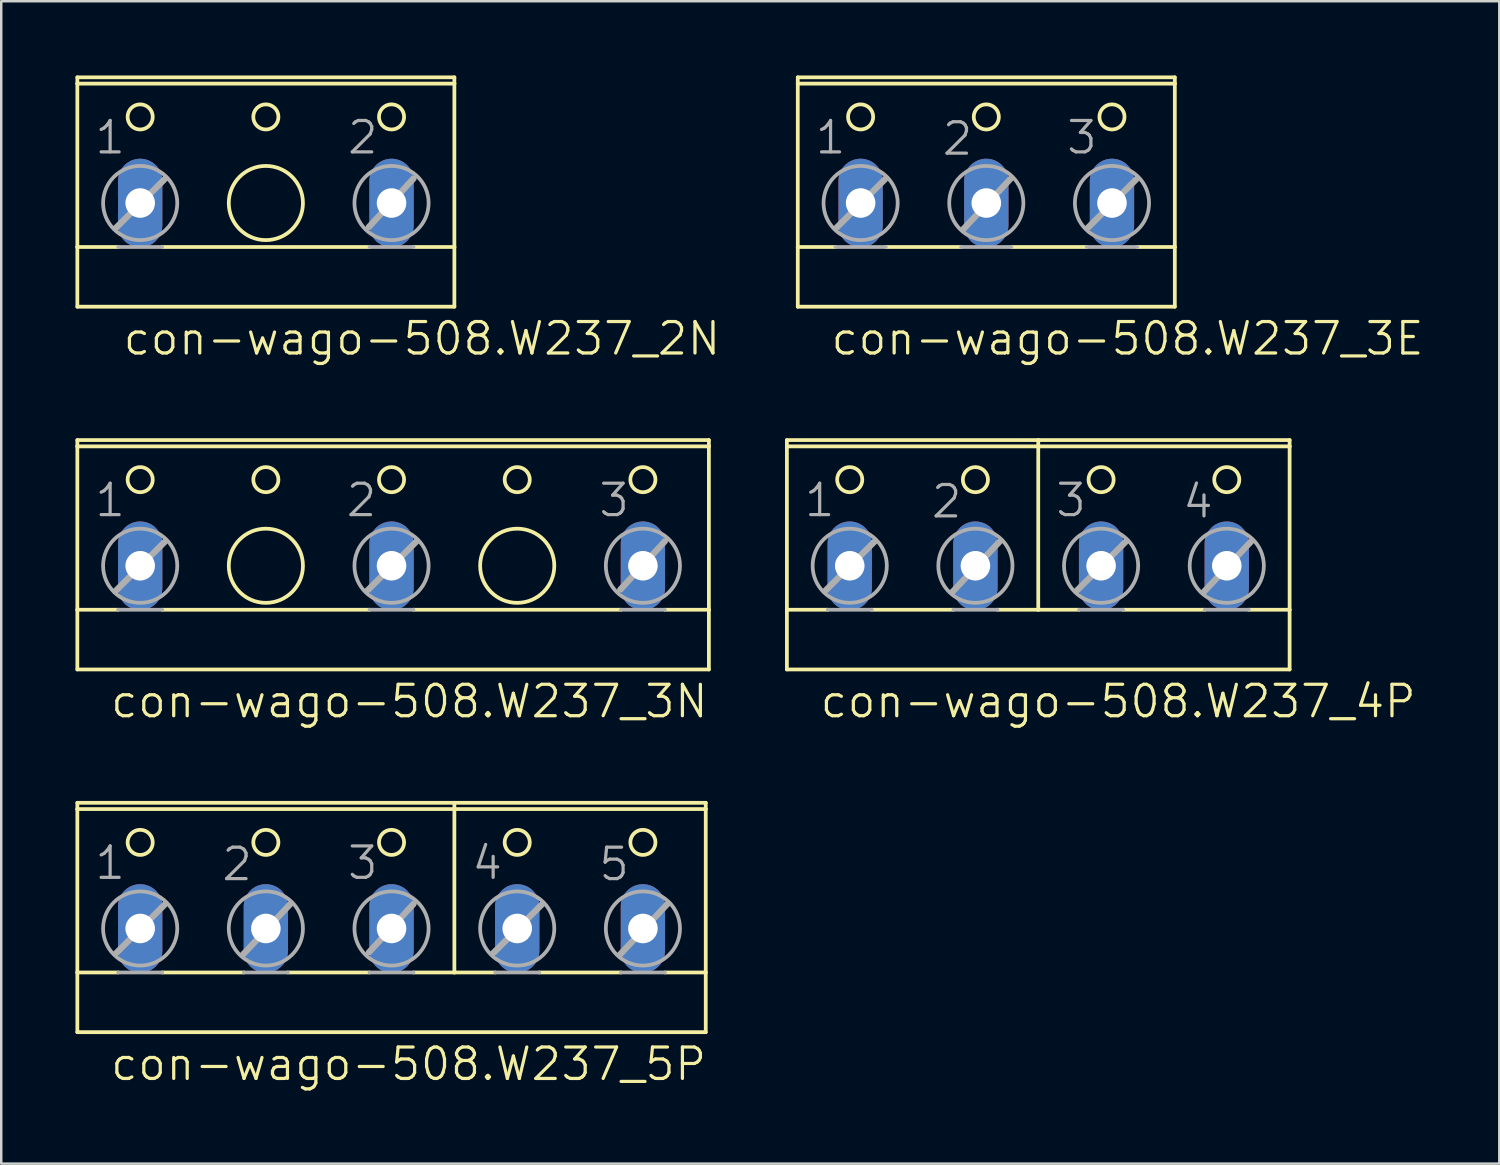
<source format=kicad_pcb>
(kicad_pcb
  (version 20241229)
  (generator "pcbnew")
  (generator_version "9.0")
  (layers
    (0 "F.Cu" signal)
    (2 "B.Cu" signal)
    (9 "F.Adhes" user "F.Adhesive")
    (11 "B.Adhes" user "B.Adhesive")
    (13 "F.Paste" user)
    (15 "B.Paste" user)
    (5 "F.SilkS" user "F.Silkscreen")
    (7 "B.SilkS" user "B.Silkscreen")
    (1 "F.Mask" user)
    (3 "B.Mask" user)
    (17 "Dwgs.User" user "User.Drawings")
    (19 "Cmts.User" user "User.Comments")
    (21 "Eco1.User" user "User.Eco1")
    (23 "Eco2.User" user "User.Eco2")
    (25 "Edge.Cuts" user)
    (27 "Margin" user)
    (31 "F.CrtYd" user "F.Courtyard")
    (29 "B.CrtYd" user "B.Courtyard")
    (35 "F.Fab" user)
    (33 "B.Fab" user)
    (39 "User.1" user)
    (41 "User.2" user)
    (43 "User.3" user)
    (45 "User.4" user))
  (footprint "con-wago-508.W237_2N"
    (layer "F.Cu")
    (at 7.696 4.521)
    (property "Reference" "con-wago-508.W237_2N" (at -5.842 6.858 0) (layer "F.SilkS") (effects (font (size 1.27 1.27) (thickness 0.13)) (justify left bottom)))
    (attr through_hole)
    (fp_line (start -7.62 -4.445) (end 7.62 -4.445) (stroke (width 0.152) (type default)) (layer "F.SilkS"))
    (fp_line (start -7.62 -4.191) (end -7.62 -4.445) (stroke (width 0.152) (type default)) (layer "F.SilkS"))
    (fp_line (start -7.62 2.413) (end -7.62 -4.191) (stroke (width 0.152) (type default)) (layer "F.SilkS"))
    (fp_line (start -7.62 2.413) (end -5.969 2.413) (stroke (width 0.152) (type default)) (layer "F.SilkS"))
    (fp_line (start -7.62 4.826) (end -7.62 2.413) (stroke (width 0.152) (type default)) (layer "F.SilkS"))
    (fp_line (start -7.62 4.826) (end 7.62 4.826) (stroke (width 0.152) (type default)) (layer "F.SilkS"))
    (fp_line (start -4.191 2.413) (end 4.191 2.413) (stroke (width 0.152) (type default)) (layer "F.SilkS"))
    (fp_line (start 5.969 2.413) (end 7.62 2.413) (stroke (width 0.152) (type default)) (layer "F.SilkS"))
    (fp_line (start 7.62 -4.191) (end -7.62 -4.191) (stroke (width 0.152) (type default)) (layer "F.SilkS"))
    (fp_line (start 7.62 -4.191) (end 7.62 -4.445) (stroke (width 0.152) (type default)) (layer "F.SilkS"))
    (fp_line (start 7.62 -4.191) (end 7.62 2.413) (stroke (width 0.152) (type default)) (layer "F.SilkS"))
    (fp_line (start 7.62 2.413) (end 7.62 4.826) (stroke (width 0.152) (type default)) (layer "F.SilkS"))
    (fp_circle (center -5.08 -2.845) (end -4.572 -2.845) (stroke (width 0.152) (type default)) (fill no) (layer "F.SilkS"))
    (fp_circle (center 0 -2.845) (end 0.508 -2.845) (stroke (width 0.152) (type default)) (fill no) (layer "F.SilkS"))
    (fp_circle (center 0 0.635) (end 1.499 0.635) (stroke (width 0.152) (type default)) (fill no) (layer "F.SilkS"))
    (fp_circle (center 5.08 -2.845) (end 5.588 -2.845) (stroke (width 0.152) (type default)) (fill no) (layer "F.SilkS"))
    (fp_line (start -6.071 1.651) (end -4.064 -0.356) (stroke (width 0.254) (type default)) (layer "F.Fab"))
    (fp_line (start -5.969 2.413) (end -4.191 2.413) (stroke (width 0.152) (type default)) (layer "F.Fab"))
    (fp_line (start 4.166 1.6) (end 5.969 -0.356) (stroke (width 0.254) (type default)) (layer "F.Fab"))
    (fp_line (start 4.191 2.413) (end 5.969 2.413) (stroke (width 0.152) (type default)) (layer "F.Fab"))
    (fp_circle (center -5.08 0.635) (end -3.581 0.635) (stroke (width 0.152) (type default)) (fill no) (layer "F.Fab"))
    (fp_circle (center 5.08 0.635) (end 6.579 0.635) (stroke (width 0.152) (type default)) (fill no) (layer "F.Fab"))
    (fp_text user "2" (at 3.226 -1.27 0) (layer "F.Fab") (effects (font (size 1.27 1.27) (thickness 0.13)) (justify left bottom)))
    (fp_text user "1" (at -6.985 -1.27 0) (layer "F.Fab") (effects (font (size 1.27 1.27) (thickness 0.13)) (justify left bottom)))
    (pad "1" thru_hole oval (at -5.08 0.635 90) (size 3.581 1.791) (drill 1.194) (layers "*.Cu" "*.Mask"))
    (pad "2" thru_hole oval (at 5.08 0.635 90) (size 3.581 1.791) (drill 1.194) (layers "*.Cu" "*.Mask")))
  (footprint "con-wago-508.W237_5P"
    (layer "F.Cu")
    (at 12.776 33.844)
    (property "Reference" "con-wago-508.W237_5P" (at -11.43 6.858 0) (layer "F.SilkS") (effects (font (size 1.27 1.27) (thickness 0.13)) (justify left bottom)))
    (attr through_hole)
    (fp_line (start -12.7 -4.191) (end -12.7 -4.445) (stroke (width 0.152) (type default)) (layer "F.SilkS"))
    (fp_line (start -12.7 -4.191) (end 12.7 -4.191) (stroke (width 0.152) (type default)) (layer "F.SilkS"))
    (fp_line (start -12.7 2.413) (end -12.7 -4.191) (stroke (width 0.152) (type default)) (layer "F.SilkS"))
    (fp_line (start -12.7 2.413) (end -11.049 2.413) (stroke (width 0.152) (type default)) (layer "F.SilkS"))
    (fp_line (start -12.7 4.826) (end -12.7 2.413) (stroke (width 0.152) (type default)) (layer "F.SilkS"))
    (fp_line (start -12.7 4.826) (end 12.7 4.826) (stroke (width 0.152) (type default)) (layer "F.SilkS"))
    (fp_line (start -9.271 2.413) (end -5.969 2.413) (stroke (width 0.152) (type default)) (layer "F.SilkS"))
    (fp_line (start -4.191 2.413) (end -0.889 2.413) (stroke (width 0.152) (type default)) (layer "F.SilkS"))
    (fp_line (start 0.889 2.413) (end 2.54 2.413) (stroke (width 0.152) (type default)) (layer "F.SilkS"))
    (fp_line (start 2.54 -4.445) (end -12.7 -4.445) (stroke (width 0.152) (type default)) (layer "F.SilkS"))
    (fp_line (start 2.54 -4.445) (end 2.54 2.413) (stroke (width 0.152) (type default)) (layer "F.SilkS"))
    (fp_line (start 2.54 2.413) (end 4.191 2.413) (stroke (width 0.152) (type default)) (layer "F.SilkS"))
    (fp_line (start 5.969 2.413) (end 9.271 2.413) (stroke (width 0.152) (type default)) (layer "F.SilkS"))
    (fp_line (start 11.049 2.413) (end 12.7 2.413) (stroke (width 0.152) (type default)) (layer "F.SilkS"))
    (fp_line (start 12.7 -4.445) (end 2.54 -4.445) (stroke (width 0.152) (type default)) (layer "F.SilkS"))
    (fp_line (start 12.7 -4.445) (end 12.7 -4.191) (stroke (width 0.152) (type default)) (layer "F.SilkS"))
    (fp_line (start 12.7 -4.191) (end 12.7 2.413) (stroke (width 0.152) (type default)) (layer "F.SilkS"))
    (fp_line (start 12.7 2.413) (end 12.7 4.826) (stroke (width 0.152) (type default)) (layer "F.SilkS"))
    (fp_circle (center -10.16 -2.845) (end -9.652 -2.845) (stroke (width 0.152) (type default)) (fill no) (layer "F.SilkS"))
    (fp_circle (center -5.08 -2.845) (end -4.572 -2.845) (stroke (width 0.152) (type default)) (fill no) (layer "F.SilkS"))
    (fp_circle (center 0 -2.845) (end 0.508 -2.845) (stroke (width 0.152) (type default)) (fill no) (layer "F.SilkS"))
    (fp_circle (center 5.08 -2.845) (end 5.588 -2.845) (stroke (width 0.152) (type default)) (fill no) (layer "F.SilkS"))
    (fp_circle (center 10.16 -2.845) (end 10.668 -2.845) (stroke (width 0.152) (type default)) (fill no) (layer "F.SilkS"))
    (fp_line (start -11.151 1.651) (end -9.144 -0.356) (stroke (width 0.254) (type default)) (layer "F.Fab"))
    (fp_line (start -11.049 2.413) (end -9.271 2.413) (stroke (width 0.152) (type default)) (layer "F.Fab"))
    (fp_line (start -5.994 1.676) (end -4.089 -0.356) (stroke (width 0.254) (type default)) (layer "F.Fab"))
    (fp_line (start -5.969 2.413) (end -4.191 2.413) (stroke (width 0.152) (type default)) (layer "F.Fab"))
    (fp_line (start -0.914 1.6) (end 0.889 -0.356) (stroke (width 0.254) (type default)) (layer "F.Fab"))
    (fp_line (start -0.889 2.413) (end 0.889 2.413) (stroke (width 0.152) (type default)) (layer "F.Fab"))
    (fp_line (start 4.089 1.651) (end 6.096 -0.356) (stroke (width 0.254) (type default)) (layer "F.Fab"))
    (fp_line (start 4.191 2.413) (end 5.969 2.413) (stroke (width 0.152) (type default)) (layer "F.Fab"))
    (fp_line (start 9.246 1.676) (end 11.151 -0.356) (stroke (width 0.254) (type default)) (layer "F.Fab"))
    (fp_line (start 9.271 2.413) (end 11.049 2.413) (stroke (width 0.152) (type default)) (layer "F.Fab"))
    (fp_circle (center -10.16 0.635) (end -8.661 0.635) (stroke (width 0.152) (type default)) (fill no) (layer "F.Fab"))
    (fp_circle (center -5.08 0.635) (end -3.581 0.635) (stroke (width 0.152) (type default)) (fill no) (layer "F.Fab"))
    (fp_circle (center 0 0.635) (end 1.499 0.635) (stroke (width 0.152) (type default)) (fill no) (layer "F.Fab"))
    (fp_circle (center 5.08 0.635) (end 6.579 0.635) (stroke (width 0.152) (type default)) (fill no) (layer "F.Fab"))
    (fp_circle (center 10.16 0.635) (end 11.659 0.635) (stroke (width 0.152) (type default)) (fill no) (layer "F.Fab"))
    (fp_text user "3" (at -1.854 -1.27 0) (layer "F.Fab") (effects (font (size 1.27 1.27) (thickness 0.13)) (justify left bottom)))
    (fp_text user "1" (at -12.065 -1.27 0) (layer "F.Fab") (effects (font (size 1.27 1.27) (thickness 0.13)) (justify left bottom)))
    (fp_text user "5" (at 8.306 -1.219 0) (layer "F.Fab") (effects (font (size 1.27 1.27) (thickness 0.13)) (justify left bottom)))
    (fp_text user "4" (at 3.175 -1.27 0) (layer "F.Fab") (effects (font (size 1.27 1.27) (thickness 0.13)) (justify left bottom)))
    (fp_text user "2" (at -6.934 -1.219 0) (layer "F.Fab") (effects (font (size 1.27 1.27) (thickness 0.13)) (justify left bottom)))
    (pad "1" thru_hole oval (at -10.16 0.635 90) (size 3.581 1.791) (drill 1.194) (layers "*.Cu" "*.Mask"))
    (pad "2" thru_hole oval (at -5.08 0.635 90) (size 3.581 1.791) (drill 1.194) (layers "*.Cu" "*.Mask"))
    (pad "3" thru_hole oval (at 0 0.635 90) (size 3.581 1.791) (drill 1.194) (layers "*.Cu" "*.Mask"))
    (pad "4" thru_hole oval (at 5.08 0.635 90) (size 3.581 1.791) (drill 1.194) (layers "*.Cu" "*.Mask"))
    (pad "5" thru_hole oval (at 10.16 0.635 90) (size 3.581 1.791) (drill 1.194) (layers "*.Cu" "*.Mask")))
  (footprint "con-wago-508.W237_3E"
    (layer "F.Cu")
    (at 36.816 4.521)
    (property "Reference" "con-wago-508.W237_3E" (at -6.35 6.858 0) (layer "F.SilkS") (effects (font (size 1.27 1.27) (thickness 0.13)) (justify left bottom)))
    (attr through_hole)
    (fp_line (start -7.62 -4.191) (end -7.62 -4.445) (stroke (width 0.152) (type default)) (layer "F.SilkS"))
    (fp_line (start -7.62 -4.191) (end 7.62 -4.191) (stroke (width 0.152) (type default)) (layer "F.SilkS"))
    (fp_line (start -7.62 2.413) (end -7.62 -4.191) (stroke (width 0.152) (type default)) (layer "F.SilkS"))
    (fp_line (start -7.62 2.413) (end -6.096 2.413) (stroke (width 0.152) (type default)) (layer "F.SilkS"))
    (fp_line (start -7.62 4.826) (end -7.62 2.413) (stroke (width 0.152) (type default)) (layer "F.SilkS"))
    (fp_line (start -7.62 4.826) (end 7.62 4.826) (stroke (width 0.152) (type default)) (layer "F.SilkS"))
    (fp_line (start -4.064 2.413) (end -1.016 2.413) (stroke (width 0.152) (type default)) (layer "F.SilkS"))
    (fp_line (start 1.016 2.413) (end 4.064 2.413) (stroke (width 0.152) (type default)) (layer "F.SilkS"))
    (fp_line (start 6.096 2.413) (end 7.62 2.413) (stroke (width 0.152) (type default)) (layer "F.SilkS"))
    (fp_line (start 7.62 -4.445) (end -7.62 -4.445) (stroke (width 0.152) (type default)) (layer "F.SilkS"))
    (fp_line (start 7.62 -4.445) (end 7.62 -4.191) (stroke (width 0.152) (type default)) (layer "F.SilkS"))
    (fp_line (start 7.62 -4.191) (end 7.62 2.413) (stroke (width 0.152) (type default)) (layer "F.SilkS"))
    (fp_line (start 7.62 2.413) (end 7.62 4.826) (stroke (width 0.152) (type default)) (layer "F.SilkS"))
    (fp_circle (center -5.08 -2.845) (end -4.572 -2.845) (stroke (width 0.152) (type default)) (fill no) (layer "F.SilkS"))
    (fp_circle (center 0 -2.845) (end 0.508 -2.845) (stroke (width 0.152) (type default)) (fill no) (layer "F.SilkS"))
    (fp_circle (center 5.08 -2.845) (end 5.588 -2.845) (stroke (width 0.152) (type default)) (fill no) (layer "F.SilkS"))
    (fp_line (start -6.096 2.413) (end -4.064 2.413) (stroke (width 0.152) (type default)) (layer "F.Fab"))
    (fp_line (start -6.071 1.651) (end -4.064 -0.356) (stroke (width 0.254) (type default)) (layer "F.Fab"))
    (fp_line (start -1.016 2.413) (end 1.016 2.413) (stroke (width 0.152) (type default)) (layer "F.Fab"))
    (fp_line (start -0.914 1.676) (end 0.991 -0.356) (stroke (width 0.254) (type default)) (layer "F.Fab"))
    (fp_line (start 4.064 2.413) (end 6.096 2.413) (stroke (width 0.152) (type default)) (layer "F.Fab"))
    (fp_line (start 4.089 1.651) (end 6.096 -0.356) (stroke (width 0.254) (type default)) (layer "F.Fab"))
    (fp_circle (center -5.08 0.635) (end -3.581 0.635) (stroke (width 0.152) (type default)) (fill no) (layer "F.Fab"))
    (fp_circle (center 0 0.635) (end 1.499 0.635) (stroke (width 0.152) (type default)) (fill no) (layer "F.Fab"))
    (fp_circle (center 5.08 0.635) (end 6.579 0.635) (stroke (width 0.152) (type default)) (fill no) (layer "F.Fab"))
    (fp_text user "3" (at 3.175 -1.27 0) (layer "F.Fab") (effects (font (size 1.27 1.27) (thickness 0.13)) (justify left bottom)))
    (fp_text user "1" (at -6.985 -1.27 0) (layer "F.Fab") (effects (font (size 1.27 1.27) (thickness 0.13)) (justify left bottom)))
    (fp_text user "2" (at -1.854 -1.219 0) (layer "F.Fab") (effects (font (size 1.27 1.27) (thickness 0.13)) (justify left bottom)))
    (pad "1" thru_hole oval (at -5.08 0.635 90) (size 3.581 1.791) (drill 1.194) (layers "*.Cu" "*.Mask"))
    (pad "2" thru_hole oval (at 0 0.635 90) (size 3.581 1.791) (drill 1.194) (layers "*.Cu" "*.Mask"))
    (pad "3" thru_hole oval (at 5.08 0.635 90) (size 3.581 1.791) (drill 1.194) (layers "*.Cu" "*.Mask")))
  (footprint "con-wago-508.W237_3N"
    (layer "F.Cu")
    (at 12.776 19.183)
    (property "Reference" "con-wago-508.W237_3N" (at -11.43 6.858 0) (layer "F.SilkS") (effects (font (size 1.27 1.27) (thickness 0.13)) (justify left bottom)))
    (attr through_hole)
    (fp_line (start -12.7 -4.445) (end 12.827 -4.445) (stroke (width 0.152) (type default)) (layer "F.SilkS"))
    (fp_line (start -12.7 -4.191) (end -12.7 -4.445) (stroke (width 0.152) (type default)) (layer "F.SilkS"))
    (fp_line (start -12.7 2.413) (end -12.7 -4.191) (stroke (width 0.152) (type default)) (layer "F.SilkS"))
    (fp_line (start -12.7 2.413) (end -11.049 2.413) (stroke (width 0.152) (type default)) (layer "F.SilkS"))
    (fp_line (start -12.7 4.826) (end -12.7 2.413) (stroke (width 0.152) (type default)) (layer "F.SilkS"))
    (fp_line (start -12.7 4.826) (end 12.827 4.826) (stroke (width 0.152) (type default)) (layer "F.SilkS"))
    (fp_line (start -9.271 2.413) (end -0.889 2.413) (stroke (width 0.152) (type default)) (layer "F.SilkS"))
    (fp_line (start 0.889 2.413) (end 9.271 2.413) (stroke (width 0.152) (type default)) (layer "F.SilkS"))
    (fp_line (start 11.049 2.413) (end 12.827 2.413) (stroke (width 0.152) (type default)) (layer "F.SilkS"))
    (fp_line (start 12.827 -4.191) (end -12.7 -4.191) (stroke (width 0.152) (type default)) (layer "F.SilkS"))
    (fp_line (start 12.827 -4.191) (end 12.827 -4.445) (stroke (width 0.152) (type default)) (layer "F.SilkS"))
    (fp_line (start 12.827 -4.191) (end 12.827 2.413) (stroke (width 0.152) (type default)) (layer "F.SilkS"))
    (fp_line (start 12.827 2.413) (end 12.827 4.826) (stroke (width 0.152) (type default)) (layer "F.SilkS"))
    (fp_circle (center -10.16 -2.845) (end -9.652 -2.845) (stroke (width 0.152) (type default)) (fill no) (layer "F.SilkS"))
    (fp_circle (center -5.08 -2.845) (end -4.572 -2.845) (stroke (width 0.152) (type default)) (fill no) (layer "F.SilkS"))
    (fp_circle (center -5.08 0.635) (end -3.581 0.635) (stroke (width 0.152) (type default)) (fill no) (layer "F.SilkS"))
    (fp_circle (center 0 -2.845) (end 0.508 -2.845) (stroke (width 0.152) (type default)) (fill no) (layer "F.SilkS"))
    (fp_circle (center 5.08 -2.845) (end 5.588 -2.845) (stroke (width 0.152) (type default)) (fill no) (layer "F.SilkS"))
    (fp_circle (center 5.08 0.635) (end 6.579 0.635) (stroke (width 0.152) (type default)) (fill no) (layer "F.SilkS"))
    (fp_circle (center 10.16 -2.845) (end 10.668 -2.845) (stroke (width 0.152) (type default)) (fill no) (layer "F.SilkS"))
    (fp_line (start -11.151 1.651) (end -9.144 -0.356) (stroke (width 0.254) (type default)) (layer "F.Fab"))
    (fp_line (start -11.049 2.413) (end -9.271 2.413) (stroke (width 0.152) (type default)) (layer "F.Fab"))
    (fp_line (start -0.991 1.651) (end 1.016 -0.356) (stroke (width 0.254) (type default)) (layer "F.Fab"))
    (fp_line (start -0.889 2.413) (end 0.889 2.413) (stroke (width 0.152) (type default)) (layer "F.Fab"))
    (fp_line (start 9.246 1.6) (end 11.049 -0.356) (stroke (width 0.254) (type default)) (layer "F.Fab"))
    (fp_line (start 9.271 2.413) (end 11.049 2.413) (stroke (width 0.152) (type default)) (layer "F.Fab"))
    (fp_circle (center -10.16 0.635) (end -8.661 0.635) (stroke (width 0.152) (type default)) (fill no) (layer "F.Fab"))
    (fp_circle (center 0 0.635) (end 1.499 0.635) (stroke (width 0.152) (type default)) (fill no) (layer "F.Fab"))
    (fp_circle (center 10.16 0.635) (end 11.659 0.635) (stroke (width 0.152) (type default)) (fill no) (layer "F.Fab"))
    (fp_text user "3" (at 8.306 -1.27 0) (layer "F.Fab") (effects (font (size 1.27 1.27) (thickness 0.13)) (justify left bottom)))
    (fp_text user "2" (at -1.905 -1.27 0) (layer "F.Fab") (effects (font (size 1.27 1.27) (thickness 0.13)) (justify left bottom)))
    (fp_text user "1" (at -12.065 -1.27 0) (layer "F.Fab") (effects (font (size 1.27 1.27) (thickness 0.13)) (justify left bottom)))
    (pad "1" thru_hole oval (at -10.16 0.635 90) (size 3.581 1.791) (drill 1.194) (layers "*.Cu" "*.Mask"))
    (pad "2" thru_hole oval (at 0 0.635 90) (size 3.581 1.791) (drill 1.194) (layers "*.Cu" "*.Mask"))
    (pad "3" thru_hole oval (at 10.16 0.635 90) (size 3.581 1.791) (drill 1.194) (layers "*.Cu" "*.Mask")))
  (footprint "con-wago-508.W237_4P"
    (layer "F.Cu")
    (at 38.916 19.183)
    (property "Reference" "con-wago-508.W237_4P" (at -8.89 6.858 0) (layer "F.SilkS") (effects (font (size 1.27 1.27) (thickness 0.13)) (justify left bottom)))
    (attr through_hole)
    (fp_line (start -10.16 -4.191) (end -10.16 -4.445) (stroke (width 0.152) (type default)) (layer "F.SilkS"))
    (fp_line (start -10.16 -4.191) (end 10.16 -4.191) (stroke (width 0.152) (type default)) (layer "F.SilkS"))
    (fp_line (start -10.16 2.413) (end -10.16 -4.191) (stroke (width 0.152) (type default)) (layer "F.SilkS"))
    (fp_line (start -10.16 2.413) (end -8.509 2.413) (stroke (width 0.152) (type default)) (layer "F.SilkS"))
    (fp_line (start -10.16 4.826) (end -10.16 2.413) (stroke (width 0.152) (type default)) (layer "F.SilkS"))
    (fp_line (start -10.16 4.826) (end 10.16 4.826) (stroke (width 0.152) (type default)) (layer "F.SilkS"))
    (fp_line (start -6.731 2.413) (end -3.429 2.413) (stroke (width 0.152) (type default)) (layer "F.SilkS"))
    (fp_line (start -1.651 2.413) (end 0 2.413) (stroke (width 0.152) (type default)) (layer "F.SilkS"))
    (fp_line (start 0 -4.445) (end -10.16 -4.445) (stroke (width 0.152) (type default)) (layer "F.SilkS"))
    (fp_line (start 0 -4.445) (end 0 2.413) (stroke (width 0.152) (type default)) (layer "F.SilkS"))
    (fp_line (start 0 2.413) (end 1.651 2.413) (stroke (width 0.152) (type default)) (layer "F.SilkS"))
    (fp_line (start 3.429 2.413) (end 6.731 2.413) (stroke (width 0.152) (type default)) (layer "F.SilkS"))
    (fp_line (start 8.509 2.413) (end 10.16 2.413) (stroke (width 0.152) (type default)) (layer "F.SilkS"))
    (fp_line (start 10.16 -4.445) (end 0 -4.445) (stroke (width 0.152) (type default)) (layer "F.SilkS"))
    (fp_line (start 10.16 -4.445) (end 10.16 -4.191) (stroke (width 0.152) (type default)) (layer "F.SilkS"))
    (fp_line (start 10.16 -4.191) (end 10.16 2.413) (stroke (width 0.152) (type default)) (layer "F.SilkS"))
    (fp_line (start 10.16 2.413) (end 10.16 4.826) (stroke (width 0.152) (type default)) (layer "F.SilkS"))
    (fp_circle (center -7.62 -2.845) (end -7.112 -2.845) (stroke (width 0.152) (type default)) (fill no) (layer "F.SilkS"))
    (fp_circle (center -2.54 -2.845) (end -2.032 -2.845) (stroke (width 0.152) (type default)) (fill no) (layer "F.SilkS"))
    (fp_circle (center 2.54 -2.845) (end 3.048 -2.845) (stroke (width 0.152) (type default)) (fill no) (layer "F.SilkS"))
    (fp_circle (center 7.62 -2.845) (end 8.128 -2.845) (stroke (width 0.152) (type default)) (fill no) (layer "F.SilkS"))
    (fp_line (start -8.611 1.651) (end -6.604 -0.356) (stroke (width 0.254) (type default)) (layer "F.Fab"))
    (fp_line (start -8.509 2.413) (end -6.731 2.413) (stroke (width 0.152) (type default)) (layer "F.Fab"))
    (fp_line (start -3.454 1.676) (end -1.549 -0.356) (stroke (width 0.254) (type default)) (layer "F.Fab"))
    (fp_line (start -3.429 2.413) (end -1.651 2.413) (stroke (width 0.152) (type default)) (layer "F.Fab"))
    (fp_line (start 1.549 1.651) (end 3.556 -0.356) (stroke (width 0.254) (type default)) (layer "F.Fab"))
    (fp_line (start 1.651 2.413) (end 3.429 2.413) (stroke (width 0.152) (type default)) (layer "F.Fab"))
    (fp_line (start 6.706 1.676) (end 8.611 -0.356) (stroke (width 0.254) (type default)) (layer "F.Fab"))
    (fp_line (start 6.731 2.413) (end 8.509 2.413) (stroke (width 0.152) (type default)) (layer "F.Fab"))
    (fp_circle (center -7.62 0.635) (end -6.121 0.635) (stroke (width 0.152) (type default)) (fill no) (layer "F.Fab"))
    (fp_circle (center -2.54 0.635) (end -1.041 0.635) (stroke (width 0.152) (type default)) (fill no) (layer "F.Fab"))
    (fp_circle (center 2.54 0.635) (end 4.039 0.635) (stroke (width 0.152) (type default)) (fill no) (layer "F.Fab"))
    (fp_circle (center 7.62 0.635) (end 9.119 0.635) (stroke (width 0.152) (type default)) (fill no) (layer "F.Fab"))
    (fp_text user "4" (at 5.766 -1.219 0) (layer "F.Fab") (effects (font (size 1.27 1.27) (thickness 0.13)) (justify left bottom)))
    (fp_text user "1" (at -9.525 -1.27 0) (layer "F.Fab") (effects (font (size 1.27 1.27) (thickness 0.13)) (justify left bottom)))
    (fp_text user "3" (at 0.635 -1.27 0) (layer "F.Fab") (effects (font (size 1.27 1.27) (thickness 0.13)) (justify left bottom)))
    (fp_text user "2" (at -4.394 -1.219 0) (layer "F.Fab") (effects (font (size 1.27 1.27) (thickness 0.13)) (justify left bottom)))
    (pad "1" thru_hole oval (at -7.62 0.635 90) (size 3.581 1.791) (drill 1.194) (layers "*.Cu" "*.Mask"))
    (pad "2" thru_hole oval (at -2.54 0.635 90) (size 3.581 1.791) (drill 1.194) (layers "*.Cu" "*.Mask"))
    (pad "3" thru_hole oval (at 2.54 0.635 90) (size 3.581 1.791) (drill 1.194) (layers "*.Cu" "*.Mask"))
    (pad "4" thru_hole oval (at 7.62 0.635 90) (size 3.581 1.791) (drill 1.194) (layers "*.Cu" "*.Mask")))
  (gr_rect
    (start -3 -3)
    (end 57.551 43.984)
    (stroke (width 0.1) (type default))
    (fill no)
    (layer "Edge.Cuts")))
</source>
